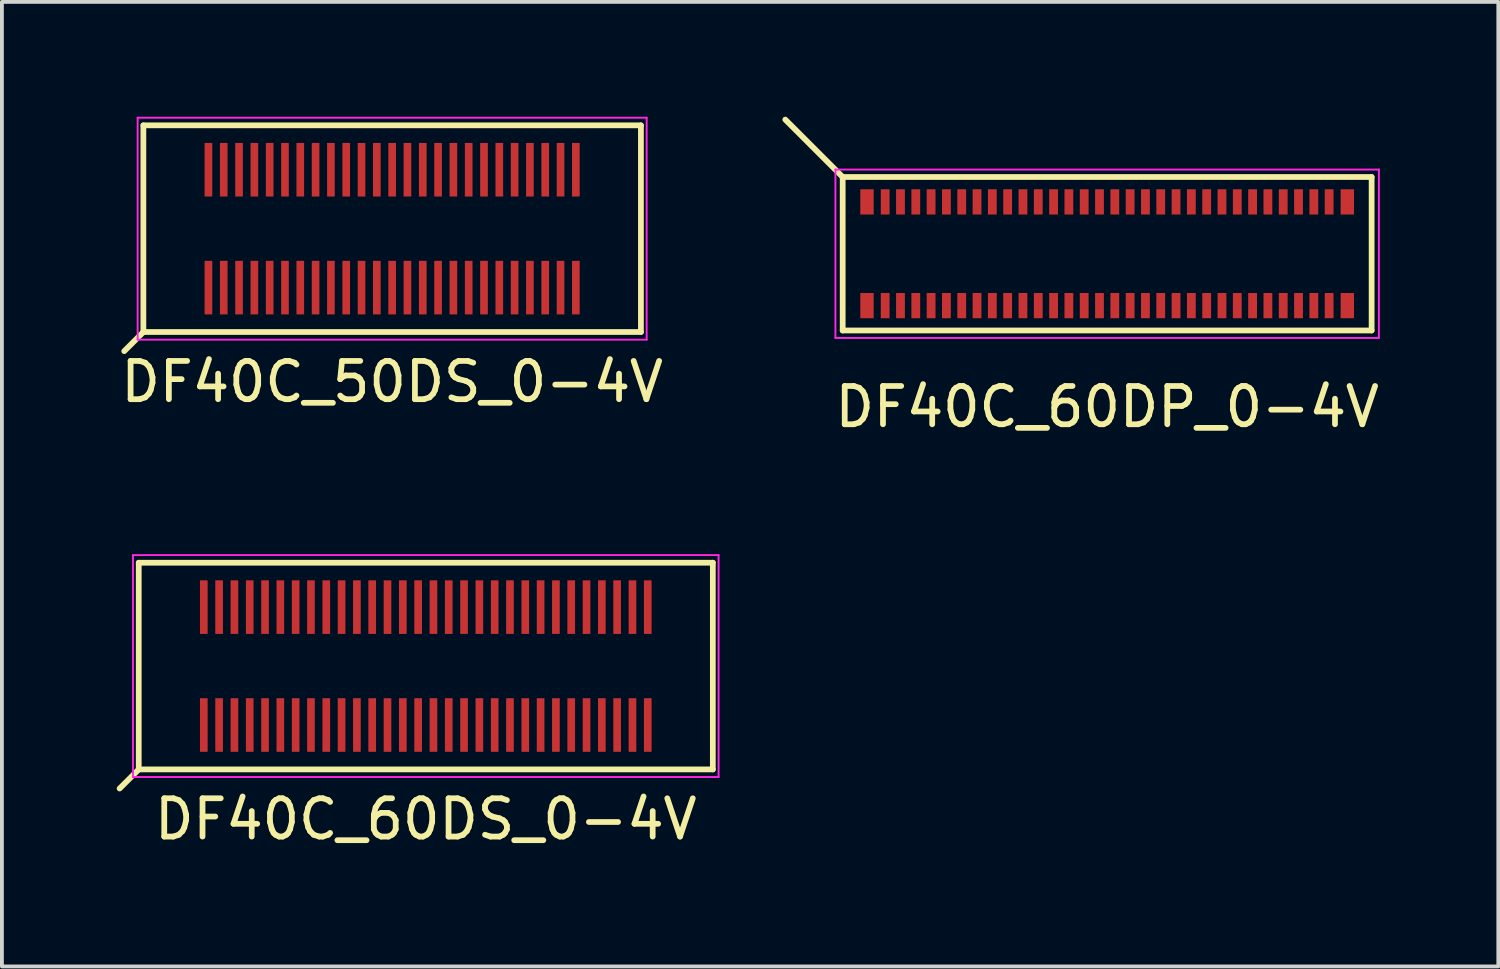
<source format=kicad_pcb>
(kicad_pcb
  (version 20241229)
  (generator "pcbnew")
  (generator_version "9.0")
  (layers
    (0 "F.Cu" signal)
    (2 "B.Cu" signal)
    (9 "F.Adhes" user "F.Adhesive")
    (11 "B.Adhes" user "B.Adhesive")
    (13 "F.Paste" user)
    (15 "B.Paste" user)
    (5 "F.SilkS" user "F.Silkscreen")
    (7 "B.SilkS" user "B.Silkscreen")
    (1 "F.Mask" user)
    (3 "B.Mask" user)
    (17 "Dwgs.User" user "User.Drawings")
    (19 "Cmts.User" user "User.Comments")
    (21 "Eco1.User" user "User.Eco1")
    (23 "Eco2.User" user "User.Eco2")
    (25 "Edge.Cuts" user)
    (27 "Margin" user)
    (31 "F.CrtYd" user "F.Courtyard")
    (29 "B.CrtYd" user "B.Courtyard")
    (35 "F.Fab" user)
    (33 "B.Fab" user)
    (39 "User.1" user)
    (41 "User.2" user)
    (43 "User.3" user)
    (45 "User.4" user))
  (footprint "DF40C_50DS_0-4V"
    (layer "F.Cu")
    (at 7.196 2.925)
    (property "Reference" "DF40C_50DS_0-4V" (at 0 4 0) (layer "F.SilkS") (effects (font (size 1 1) (thickness 0.15))))
    (attr smd)
    (fp_line (start -6.5 -2.7) (end -6.5 2.7) (stroke (width 0.15) (type solid)) (layer "F.SilkS"))
    (fp_line (start -6.5 -2.7) (end 6.5 -2.7) (stroke (width 0.15) (type solid)) (layer "F.SilkS"))
    (fp_line (start -6.5 2.7) (end -7 3.2) (stroke (width 0.15) (type solid)) (layer "F.SilkS"))
    (fp_line (start 6.5 2.7) (end -6.5 2.7) (stroke (width 0.15) (type solid)) (layer "F.SilkS"))
    (fp_line (start 6.5 2.7) (end 6.5 -2.7) (stroke (width 0.15) (type solid)) (layer "F.SilkS"))
    (fp_line (start -6.65 -2.9) (end -6.65 2.9) (stroke (width 0.05) (type solid)) (layer "F.CrtYd"))
    (fp_line (start -6.65 -2.9) (end 6.65 -2.9) (stroke (width 0.05) (type solid)) (layer "F.CrtYd"))
    (fp_line (start 6.65 2.9) (end -6.65 2.9) (stroke (width 0.05) (type solid)) (layer "F.CrtYd"))
    (fp_line (start 6.65 2.9) (end 6.65 -2.9) (stroke (width 0.05) (type solid)) (layer "F.CrtYd"))
    (pad "1" smd rect (at -4.8 1.54) (size 0.2 1.4) (layers "F.Cu" "F.Mask" "F.Paste"))
    (pad "2" smd rect (at -4.8 -1.54) (size 0.2 1.4) (layers "F.Cu" "F.Mask" "F.Paste"))
    (pad "3" smd rect (at -4.4 1.54) (size 0.2 1.4) (layers "F.Cu" "F.Mask" "F.Paste"))
    (pad "4" smd rect (at -4.4 -1.54) (size 0.2 1.4) (layers "F.Cu" "F.Mask" "F.Paste"))
    (pad "5" smd rect (at -4 1.54) (size 0.2 1.4) (layers "F.Cu" "F.Mask" "F.Paste"))
    (pad "6" smd rect (at -4 -1.54) (size 0.2 1.4) (layers "F.Cu" "F.Mask" "F.Paste"))
    (pad "7" smd rect (at -3.6 1.54) (size 0.2 1.4) (layers "F.Cu" "F.Mask" "F.Paste"))
    (pad "8" smd rect (at -3.6 -1.54) (size 0.2 1.4) (layers "F.Cu" "F.Mask" "F.Paste"))
    (pad "9" smd rect (at -3.2 1.54) (size 0.2 1.4) (layers "F.Cu" "F.Mask" "F.Paste"))
    (pad "10" smd rect (at -3.2 -1.54) (size 0.2 1.4) (layers "F.Cu" "F.Mask" "F.Paste"))
    (pad "11" smd rect (at -2.8 1.54) (size 0.2 1.4) (layers "F.Cu" "F.Mask" "F.Paste"))
    (pad "12" smd rect (at -2.8 -1.54) (size 0.2 1.4) (layers "F.Cu" "F.Mask" "F.Paste"))
    (pad "13" smd rect (at -2.4 1.54) (size 0.2 1.4) (layers "F.Cu" "F.Mask" "F.Paste"))
    (pad "14" smd rect (at -2.4 -1.54) (size 0.2 1.4) (layers "F.Cu" "F.Mask" "F.Paste"))
    (pad "15" smd rect (at -2 1.54) (size 0.2 1.4) (layers "F.Cu" "F.Mask" "F.Paste"))
    (pad "16" smd rect (at -2 -1.54) (size 0.2 1.4) (layers "F.Cu" "F.Mask" "F.Paste"))
    (pad "17" smd rect (at -1.6 1.54) (size 0.2 1.4) (layers "F.Cu" "F.Mask" "F.Paste"))
    (pad "18" smd rect (at -1.6 -1.54) (size 0.2 1.4) (layers "F.Cu" "F.Mask" "F.Paste"))
    (pad "19" smd rect (at -1.2 1.54) (size 0.2 1.4) (layers "F.Cu" "F.Mask" "F.Paste"))
    (pad "20" smd rect (at -1.2 -1.54) (size 0.2 1.4) (layers "F.Cu" "F.Mask" "F.Paste"))
    (pad "21" smd rect (at -0.8 1.54) (size 0.2 1.4) (layers "F.Cu" "F.Mask" "F.Paste"))
    (pad "22" smd rect (at -0.8 -1.54) (size 0.2 1.4) (layers "F.Cu" "F.Mask" "F.Paste"))
    (pad "23" smd rect (at -0.4 1.54) (size 0.2 1.4) (layers "F.Cu" "F.Mask" "F.Paste"))
    (pad "24" smd rect (at -0.4 -1.54) (size 0.2 1.4) (layers "F.Cu" "F.Mask" "F.Paste"))
    (pad "25" smd rect (at 0 1.54) (size 0.2 1.4) (layers "F.Cu" "F.Mask" "F.Paste"))
    (pad "26" smd rect (at 0 -1.54) (size 0.2 1.4) (layers "F.Cu" "F.Mask" "F.Paste"))
    (pad "27" smd rect (at 0.4 1.54) (size 0.2 1.4) (layers "F.Cu" "F.Mask" "F.Paste"))
    (pad "28" smd rect (at 0.4 -1.54) (size 0.2 1.4) (layers "F.Cu" "F.Mask" "F.Paste"))
    (pad "29" smd rect (at 0.8 1.54) (size 0.2 1.4) (layers "F.Cu" "F.Mask" "F.Paste"))
    (pad "30" smd rect (at 0.8 -1.54) (size 0.2 1.4) (layers "F.Cu" "F.Mask" "F.Paste"))
    (pad "31" smd rect (at 1.2 1.54) (size 0.2 1.4) (layers "F.Cu" "F.Mask" "F.Paste"))
    (pad "32" smd rect (at 1.2 -1.54) (size 0.2 1.4) (layers "F.Cu" "F.Mask" "F.Paste"))
    (pad "33" smd rect (at 1.6 1.54) (size 0.2 1.4) (layers "F.Cu" "F.Mask" "F.Paste"))
    (pad "34" smd rect (at 1.6 -1.54) (size 0.2 1.4) (layers "F.Cu" "F.Mask" "F.Paste"))
    (pad "35" smd rect (at 2 1.54) (size 0.2 1.4) (layers "F.Cu" "F.Mask" "F.Paste"))
    (pad "36" smd rect (at 2 -1.54) (size 0.2 1.4) (layers "F.Cu" "F.Mask" "F.Paste"))
    (pad "37" smd rect (at 2.4 1.54) (size 0.2 1.4) (layers "F.Cu" "F.Mask" "F.Paste"))
    (pad "38" smd rect (at 2.4 -1.54) (size 0.2 1.4) (layers "F.Cu" "F.Mask" "F.Paste"))
    (pad "39" smd rect (at 2.8 1.54) (size 0.2 1.4) (layers "F.Cu" "F.Mask" "F.Paste"))
    (pad "40" smd rect (at 2.8 -1.54) (size 0.2 1.4) (layers "F.Cu" "F.Mask" "F.Paste"))
    (pad "41" smd rect (at 3.2 1.54) (size 0.2 1.4) (layers "F.Cu" "F.Mask" "F.Paste"))
    (pad "42" smd rect (at 3.2 -1.54) (size 0.2 1.4) (layers "F.Cu" "F.Mask" "F.Paste"))
    (pad "43" smd rect (at 3.6 1.54) (size 0.2 1.4) (layers "F.Cu" "F.Mask" "F.Paste"))
    (pad "44" smd rect (at 3.6 -1.54) (size 0.2 1.4) (layers "F.Cu" "F.Mask" "F.Paste"))
    (pad "45" smd rect (at 4 1.54) (size 0.2 1.4) (layers "F.Cu" "F.Mask" "F.Paste"))
    (pad "46" smd rect (at 4 -1.54) (size 0.2 1.4) (layers "F.Cu" "F.Mask" "F.Paste"))
    (pad "47" smd rect (at 4.4 1.54) (size 0.2 1.4) (layers "F.Cu" "F.Mask" "F.Paste"))
    (pad "48" smd rect (at 4.4 -1.54) (size 0.2 1.4) (layers "F.Cu" "F.Mask" "F.Paste"))
    (pad "49" smd rect (at 4.8 1.54) (size 0.2 1.4) (layers "F.Cu" "F.Mask" "F.Paste"))
    (pad "50" smd rect (at 4.8 -1.54) (size 0.2 1.4) (layers "F.Cu" "F.Mask" "F.Paste")))
  (footprint "DF40C_60DP_0-4V"
    (layer "F.Cu")
    (at 25.878 3.58)
    (property "Reference" "DF40C_60DP_0-4V" (at 0 4 0) (layer "F.SilkS") (effects (font (size 1 1) (thickness 0.15))))
    (attr smd)
    (fp_line (start -6.91 -2.005) (end -8.41 -3.505) (stroke (width 0.15) (type solid)) (layer "F.SilkS"))
    (fp_line (start -6.91 -2.005) (end -6.91 2.005) (stroke (width 0.15) (type solid)) (layer "F.SilkS"))
    (fp_line (start -6.91 -2.005) (end 6.91 -2.005) (stroke (width 0.15) (type solid)) (layer "F.SilkS"))
    (fp_line (start 6.91 2.005) (end -6.91 2.005) (stroke (width 0.15) (type solid)) (layer "F.SilkS"))
    (fp_line (start 6.91 2.005) (end 6.91 -2.005) (stroke (width 0.15) (type solid)) (layer "F.SilkS"))
    (fp_line (start -7.1 -2.2) (end -7.1 2.2) (stroke (width 0.05) (type solid)) (layer "F.CrtYd"))
    (fp_line (start -7.1 -2.2) (end 7.1 -2.2) (stroke (width 0.05) (type solid)) (layer "F.CrtYd"))
    (fp_line (start 7.1 2.2) (end -7.1 2.2) (stroke (width 0.05) (type solid)) (layer "F.CrtYd"))
    (fp_line (start 7.1 2.2) (end 7.1 -2.2) (stroke (width 0.05) (type solid)) (layer "F.CrtYd"))
    (pad "1" smd rect (at -5.8 1.355) (size 0.23 0.66) (layers "F.Cu" "F.Mask" "F.Paste"))
    (pad "2" smd rect (at -5.8 -1.355) (size 0.23 0.66) (layers "F.Cu" "F.Mask" "F.Paste"))
    (pad "3" smd rect (at -5.4 1.355) (size 0.23 0.66) (layers "F.Cu" "F.Mask" "F.Paste"))
    (pad "4" smd rect (at -5.4 -1.355) (size 0.23 0.66) (layers "F.Cu" "F.Mask" "F.Paste"))
    (pad "5" smd rect (at -5 1.355) (size 0.23 0.66) (layers "F.Cu" "F.Mask" "F.Paste"))
    (pad "6" smd rect (at -5 -1.355) (size 0.23 0.66) (layers "F.Cu" "F.Mask" "F.Paste"))
    (pad "7" smd rect (at -4.6 1.355) (size 0.23 0.66) (layers "F.Cu" "F.Mask" "F.Paste"))
    (pad "8" smd rect (at -4.6 -1.355) (size 0.23 0.66) (layers "F.Cu" "F.Mask" "F.Paste"))
    (pad "9" smd rect (at -4.2 1.355) (size 0.23 0.66) (layers "F.Cu" "F.Mask" "F.Paste"))
    (pad "10" smd rect (at -4.2 -1.355) (size 0.23 0.66) (layers "F.Cu" "F.Mask" "F.Paste"))
    (pad "11" smd rect (at -3.8 1.355) (size 0.23 0.66) (layers "F.Cu" "F.Mask" "F.Paste"))
    (pad "12" smd rect (at -3.8 -1.355) (size 0.23 0.66) (layers "F.Cu" "F.Mask" "F.Paste"))
    (pad "13" smd rect (at -3.4 1.355) (size 0.23 0.66) (layers "F.Cu" "F.Mask" "F.Paste"))
    (pad "14" smd rect (at -3.4 -1.355) (size 0.23 0.66) (layers "F.Cu" "F.Mask" "F.Paste"))
    (pad "15" smd rect (at -3 1.355) (size 0.23 0.66) (layers "F.Cu" "F.Mask" "F.Paste"))
    (pad "16" smd rect (at -3 -1.355) (size 0.23 0.66) (layers "F.Cu" "F.Mask" "F.Paste"))
    (pad "17" smd rect (at -2.6 1.355) (size 0.23 0.66) (layers "F.Cu" "F.Mask" "F.Paste"))
    (pad "18" smd rect (at -2.6 -1.355) (size 0.23 0.66) (layers "F.Cu" "F.Mask" "F.Paste"))
    (pad "19" smd rect (at -2.2 1.355) (size 0.23 0.66) (layers "F.Cu" "F.Mask" "F.Paste"))
    (pad "20" smd rect (at -2.2 -1.355) (size 0.23 0.66) (layers "F.Cu" "F.Mask" "F.Paste"))
    (pad "21" smd rect (at -1.8 1.355) (size 0.23 0.66) (layers "F.Cu" "F.Mask" "F.Paste"))
    (pad "22" smd rect (at -1.8 -1.355) (size 0.23 0.66) (layers "F.Cu" "F.Mask" "F.Paste"))
    (pad "23" smd rect (at -1.4 1.355) (size 0.23 0.66) (layers "F.Cu" "F.Mask" "F.Paste"))
    (pad "24" smd rect (at -1.4 -1.355) (size 0.23 0.66) (layers "F.Cu" "F.Mask" "F.Paste"))
    (pad "25" smd rect (at -1 1.355) (size 0.23 0.66) (layers "F.Cu" "F.Mask" "F.Paste"))
    (pad "26" smd rect (at -1 -1.355) (size 0.23 0.66) (layers "F.Cu" "F.Mask" "F.Paste"))
    (pad "27" smd rect (at -0.6 1.355) (size 0.23 0.66) (layers "F.Cu" "F.Mask" "F.Paste"))
    (pad "28" smd rect (at -0.6 -1.355) (size 0.23 0.66) (layers "F.Cu" "F.Mask" "F.Paste"))
    (pad "29" smd rect (at -0.2 1.355) (size 0.23 0.66) (layers "F.Cu" "F.Mask" "F.Paste"))
    (pad "30" smd rect (at -0.2 -1.355) (size 0.23 0.66) (layers "F.Cu" "F.Mask" "F.Paste"))
    (pad "31" smd rect (at 0.2 1.355) (size 0.23 0.66) (layers "F.Cu" "F.Mask" "F.Paste"))
    (pad "32" smd rect (at 0.2 -1.355) (size 0.23 0.66) (layers "F.Cu" "F.Mask" "F.Paste"))
    (pad "33" smd rect (at 0.6 1.355) (size 0.23 0.66) (layers "F.Cu" "F.Mask" "F.Paste"))
    (pad "34" smd rect (at 0.6 -1.355) (size 0.23 0.66) (layers "F.Cu" "F.Mask" "F.Paste"))
    (pad "35" smd rect (at 1 1.355) (size 0.23 0.66) (layers "F.Cu" "F.Mask" "F.Paste"))
    (pad "36" smd rect (at 1 -1.355) (size 0.23 0.66) (layers "F.Cu" "F.Mask" "F.Paste"))
    (pad "37" smd rect (at 1.4 1.355) (size 0.23 0.66) (layers "F.Cu" "F.Mask" "F.Paste"))
    (pad "38" smd rect (at 1.4 -1.355) (size 0.23 0.66) (layers "F.Cu" "F.Mask" "F.Paste"))
    (pad "39" smd rect (at 1.8 1.355) (size 0.23 0.66) (layers "F.Cu" "F.Mask" "F.Paste"))
    (pad "40" smd rect (at 1.8 -1.355) (size 0.23 0.66) (layers "F.Cu" "F.Mask" "F.Paste"))
    (pad "41" smd rect (at 2.2 1.355) (size 0.23 0.66) (layers "F.Cu" "F.Mask" "F.Paste"))
    (pad "42" smd rect (at 2.2 -1.355) (size 0.23 0.66) (layers "F.Cu" "F.Mask" "F.Paste"))
    (pad "43" smd rect (at 2.6 1.355) (size 0.23 0.66) (layers "F.Cu" "F.Mask" "F.Paste"))
    (pad "44" smd rect (at 2.6 -1.355) (size 0.23 0.66) (layers "F.Cu" "F.Mask" "F.Paste"))
    (pad "45" smd rect (at 3 1.355) (size 0.23 0.66) (layers "F.Cu" "F.Mask" "F.Paste"))
    (pad "46" smd rect (at 3 -1.355) (size 0.23 0.66) (layers "F.Cu" "F.Mask" "F.Paste"))
    (pad "47" smd rect (at 3.4 1.355) (size 0.23 0.66) (layers "F.Cu" "F.Mask" "F.Paste"))
    (pad "48" smd rect (at 3.4 -1.355) (size 0.23 0.66) (layers "F.Cu" "F.Mask" "F.Paste"))
    (pad "49" smd rect (at 3.8 1.355) (size 0.23 0.66) (layers "F.Cu" "F.Mask" "F.Paste"))
    (pad "50" smd rect (at 3.8 -1.355) (size 0.23 0.66) (layers "F.Cu" "F.Mask" "F.Paste"))
    (pad "51" smd rect (at 4.2 1.355) (size 0.23 0.66) (layers "F.Cu" "F.Mask" "F.Paste"))
    (pad "52" smd rect (at 4.2 -1.355) (size 0.23 0.66) (layers "F.Cu" "F.Mask" "F.Paste"))
    (pad "53" smd rect (at 4.6 1.355) (size 0.23 0.66) (layers "F.Cu" "F.Mask" "F.Paste"))
    (pad "54" smd rect (at 4.6 -1.355) (size 0.23 0.66) (layers "F.Cu" "F.Mask" "F.Paste"))
    (pad "55" smd rect (at 5 1.355) (size 0.23 0.66) (layers "F.Cu" "F.Mask" "F.Paste"))
    (pad "56" smd rect (at 5 -1.355) (size 0.23 0.66) (layers "F.Cu" "F.Mask" "F.Paste"))
    (pad "57" smd rect (at 5.4 1.355) (size 0.23 0.66) (layers "F.Cu" "F.Mask" "F.Paste"))
    (pad "58" smd rect (at 5.4 -1.355) (size 0.23 0.66) (layers "F.Cu" "F.Mask" "F.Paste"))
    (pad "59" smd rect (at 5.8 1.355) (size 0.23 0.66) (layers "F.Cu" "F.Mask" "F.Paste"))
    (pad "60" smd rect (at 5.8 -1.355) (size 0.23 0.66) (layers "F.Cu" "F.Mask" "F.Paste"))
    (pad "MP" smd rect (at -6.275 -1.355) (size 0.35 0.66) (layers "F.Cu" "F.Mask" "F.Paste"))
    (pad "MP" smd rect (at -6.275 1.355) (size 0.35 0.66) (layers "F.Cu" "F.Mask" "F.Paste"))
    (pad "MP" smd rect (at 6.275 -1.355) (size 0.35 0.66) (layers "F.Cu" "F.Mask" "F.Paste"))
    (pad "MP" smd rect (at 6.275 1.355) (size 0.35 0.66) (layers "F.Cu" "F.Mask" "F.Paste")))
  (footprint "DF40C_60DS_0-4V"
    (layer "F.Cu")
    (at 8.075 14.353)
    (property "Reference" "DF40C_60DS_0-4V" (at 0 4 0) (layer "F.SilkS") (effects (font (size 1 1) (thickness 0.15))))
    (attr smd)
    (fp_line (start -7.5 -2.7) (end -7.5 2.7) (stroke (width 0.15) (type solid)) (layer "F.SilkS"))
    (fp_line (start -7.5 -2.7) (end 7.5 -2.7) (stroke (width 0.15) (type solid)) (layer "F.SilkS"))
    (fp_line (start -7.5 2.7) (end -8 3.2) (stroke (width 0.15) (type solid)) (layer "F.SilkS"))
    (fp_line (start 7.5 2.7) (end -7.5 2.7) (stroke (width 0.15) (type solid)) (layer "F.SilkS"))
    (fp_line (start 7.5 2.7) (end 7.5 -2.7) (stroke (width 0.15) (type solid)) (layer "F.SilkS"))
    (fp_line (start -7.65 -2.9) (end -7.65 2.9) (stroke (width 0.05) (type solid)) (layer "F.CrtYd"))
    (fp_line (start -7.65 -2.9) (end 7.65 -2.9) (stroke (width 0.05) (type solid)) (layer "F.CrtYd"))
    (fp_line (start 7.65 2.9) (end -7.65 2.9) (stroke (width 0.05) (type solid)) (layer "F.CrtYd"))
    (fp_line (start 7.65 2.9) (end 7.65 -2.9) (stroke (width 0.05) (type solid)) (layer "F.CrtYd"))
    (pad "1" smd rect (at -5.8 1.54) (size 0.2 1.4) (layers "F.Cu" "F.Mask" "F.Paste"))
    (pad "2" smd rect (at -5.8 -1.54) (size 0.2 1.4) (layers "F.Cu" "F.Mask" "F.Paste"))
    (pad "3" smd rect (at -5.4 1.54) (size 0.2 1.4) (layers "F.Cu" "F.Mask" "F.Paste"))
    (pad "4" smd rect (at -5.4 -1.54) (size 0.2 1.4) (layers "F.Cu" "F.Mask" "F.Paste"))
    (pad "5" smd rect (at -5 1.54) (size 0.2 1.4) (layers "F.Cu" "F.Mask" "F.Paste"))
    (pad "6" smd rect (at -5 -1.54) (size 0.2 1.4) (layers "F.Cu" "F.Mask" "F.Paste"))
    (pad "7" smd rect (at -4.6 1.54) (size 0.2 1.4) (layers "F.Cu" "F.Mask" "F.Paste"))
    (pad "8" smd rect (at -4.6 -1.54) (size 0.2 1.4) (layers "F.Cu" "F.Mask" "F.Paste"))
    (pad "9" smd rect (at -4.2 1.54) (size 0.2 1.4) (layers "F.Cu" "F.Mask" "F.Paste"))
    (pad "10" smd rect (at -4.2 -1.54) (size 0.2 1.4) (layers "F.Cu" "F.Mask" "F.Paste"))
    (pad "11" smd rect (at -3.8 1.54) (size 0.2 1.4) (layers "F.Cu" "F.Mask" "F.Paste"))
    (pad "12" smd rect (at -3.8 -1.54) (size 0.2 1.4) (layers "F.Cu" "F.Mask" "F.Paste"))
    (pad "13" smd rect (at -3.4 1.54) (size 0.2 1.4) (layers "F.Cu" "F.Mask" "F.Paste"))
    (pad "14" smd rect (at -3.4 -1.54) (size 0.2 1.4) (layers "F.Cu" "F.Mask" "F.Paste"))
    (pad "15" smd rect (at -3 1.54) (size 0.2 1.4) (layers "F.Cu" "F.Mask" "F.Paste"))
    (pad "16" smd rect (at -3 -1.54) (size 0.2 1.4) (layers "F.Cu" "F.Mask" "F.Paste"))
    (pad "17" smd rect (at -2.6 1.54) (size 0.2 1.4) (layers "F.Cu" "F.Mask" "F.Paste"))
    (pad "18" smd rect (at -2.6 -1.54) (size 0.2 1.4) (layers "F.Cu" "F.Mask" "F.Paste"))
    (pad "19" smd rect (at -2.2 1.54) (size 0.2 1.4) (layers "F.Cu" "F.Mask" "F.Paste"))
    (pad "20" smd rect (at -2.2 -1.54) (size 0.2 1.4) (layers "F.Cu" "F.Mask" "F.Paste"))
    (pad "21" smd rect (at -1.8 1.54) (size 0.2 1.4) (layers "F.Cu" "F.Mask" "F.Paste"))
    (pad "22" smd rect (at -1.8 -1.54) (size 0.2 1.4) (layers "F.Cu" "F.Mask" "F.Paste"))
    (pad "23" smd rect (at -1.4 1.54) (size 0.2 1.4) (layers "F.Cu" "F.Mask" "F.Paste"))
    (pad "24" smd rect (at -1.4 -1.54) (size 0.2 1.4) (layers "F.Cu" "F.Mask" "F.Paste"))
    (pad "25" smd rect (at -1 1.54) (size 0.2 1.4) (layers "F.Cu" "F.Mask" "F.Paste"))
    (pad "26" smd rect (at -1 -1.54) (size 0.2 1.4) (layers "F.Cu" "F.Mask" "F.Paste"))
    (pad "27" smd rect (at -0.6 1.54) (size 0.2 1.4) (layers "F.Cu" "F.Mask" "F.Paste"))
    (pad "28" smd rect (at -0.6 -1.54) (size 0.2 1.4) (layers "F.Cu" "F.Mask" "F.Paste"))
    (pad "29" smd rect (at -0.2 1.54) (size 0.2 1.4) (layers "F.Cu" "F.Mask" "F.Paste"))
    (pad "30" smd rect (at -0.2 -1.54) (size 0.2 1.4) (layers "F.Cu" "F.Mask" "F.Paste"))
    (pad "31" smd rect (at 0.2 1.54) (size 0.2 1.4) (layers "F.Cu" "F.Mask" "F.Paste"))
    (pad "32" smd rect (at 0.2 -1.54) (size 0.2 1.4) (layers "F.Cu" "F.Mask" "F.Paste"))
    (pad "33" smd rect (at 0.6 1.54) (size 0.2 1.4) (layers "F.Cu" "F.Mask" "F.Paste"))
    (pad "34" smd rect (at 0.6 -1.54) (size 0.2 1.4) (layers "F.Cu" "F.Mask" "F.Paste"))
    (pad "35" smd rect (at 1 1.54) (size 0.2 1.4) (layers "F.Cu" "F.Mask" "F.Paste"))
    (pad "36" smd rect (at 1 -1.54) (size 0.2 1.4) (layers "F.Cu" "F.Mask" "F.Paste"))
    (pad "37" smd rect (at 1.4 1.54) (size 0.2 1.4) (layers "F.Cu" "F.Mask" "F.Paste"))
    (pad "38" smd rect (at 1.4 -1.54) (size 0.2 1.4) (layers "F.Cu" "F.Mask" "F.Paste"))
    (pad "39" smd rect (at 1.8 1.54) (size 0.2 1.4) (layers "F.Cu" "F.Mask" "F.Paste"))
    (pad "40" smd rect (at 1.8 -1.54) (size 0.2 1.4) (layers "F.Cu" "F.Mask" "F.Paste"))
    (pad "41" smd rect (at 2.2 1.54) (size 0.2 1.4) (layers "F.Cu" "F.Mask" "F.Paste"))
    (pad "42" smd rect (at 2.2 -1.54) (size 0.2 1.4) (layers "F.Cu" "F.Mask" "F.Paste"))
    (pad "43" smd rect (at 2.6 1.54) (size 0.2 1.4) (layers "F.Cu" "F.Mask" "F.Paste"))
    (pad "44" smd rect (at 2.6 -1.54) (size 0.2 1.4) (layers "F.Cu" "F.Mask" "F.Paste"))
    (pad "45" smd rect (at 3 1.54) (size 0.2 1.4) (layers "F.Cu" "F.Mask" "F.Paste"))
    (pad "46" smd rect (at 3 -1.54) (size 0.2 1.4) (layers "F.Cu" "F.Mask" "F.Paste"))
    (pad "47" smd rect (at 3.4 1.54) (size 0.2 1.4) (layers "F.Cu" "F.Mask" "F.Paste"))
    (pad "48" smd rect (at 3.4 -1.54) (size 0.2 1.4) (layers "F.Cu" "F.Mask" "F.Paste"))
    (pad "49" smd rect (at 3.8 1.54) (size 0.2 1.4) (layers "F.Cu" "F.Mask" "F.Paste"))
    (pad "50" smd rect (at 3.8 -1.54) (size 0.2 1.4) (layers "F.Cu" "F.Mask" "F.Paste"))
    (pad "51" smd rect (at 4.2 1.54) (size 0.2 1.4) (layers "F.Cu" "F.Mask" "F.Paste"))
    (pad "52" smd rect (at 4.2 -1.54) (size 0.2 1.4) (layers "F.Cu" "F.Mask" "F.Paste"))
    (pad "53" smd rect (at 4.6 1.54) (size 0.2 1.4) (layers "F.Cu" "F.Mask" "F.Paste"))
    (pad "54" smd rect (at 4.6 -1.54) (size 0.2 1.4) (layers "F.Cu" "F.Mask" "F.Paste"))
    (pad "55" smd rect (at 5 1.54) (size 0.2 1.4) (layers "F.Cu" "F.Mask" "F.Paste"))
    (pad "56" smd rect (at 5 -1.54) (size 0.2 1.4) (layers "F.Cu" "F.Mask" "F.Paste"))
    (pad "57" smd rect (at 5.4 1.54) (size 0.2 1.4) (layers "F.Cu" "F.Mask" "F.Paste"))
    (pad "58" smd rect (at 5.4 -1.54) (size 0.2 1.4) (layers "F.Cu" "F.Mask" "F.Paste"))
    (pad "59" smd rect (at 5.8 1.54) (size 0.2 1.4) (layers "F.Cu" "F.Mask" "F.Paste"))
    (pad "60" smd rect (at 5.8 -1.54) (size 0.2 1.4) (layers "F.Cu" "F.Mask" "F.Paste")))
  (gr_rect
    (start -3 -3)
    (end 36.098 22.201)
    (stroke (width 0.1) (type default))
    (fill no)
    (layer "Edge.Cuts")))
</source>
